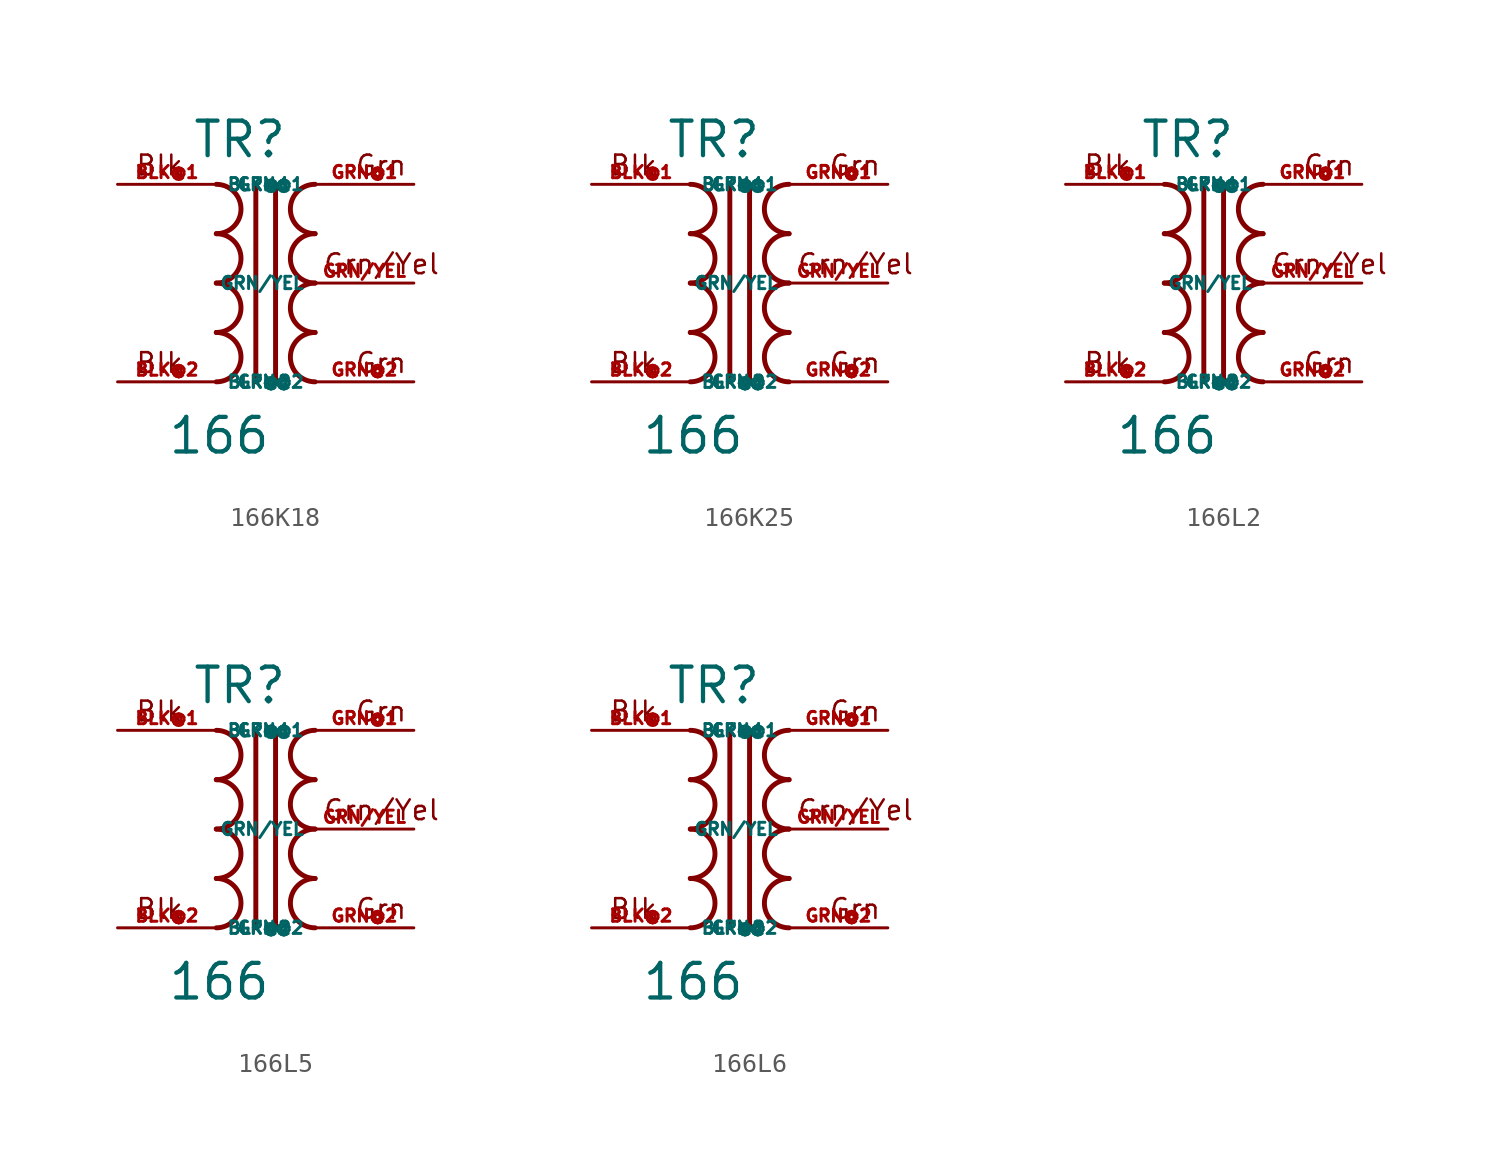
<source format=kicad_sym>
(kicad_symbol_lib
  (version 20220914)
  (generator Eagle2Kicad)
  (symbol "166K18"
    (property "Reference" "TR"
      (at -3.81 6.35 0)
      (effects (font (size 1.778 1.778) (thickness 0.22)) (justify left bottom)))
    (property "Value" "166"
      (at -5.08 -8.89 0)
      (effects (font (size 1.778 1.778) (thickness 0.22)) (justify left bottom)))
    (polyline
      (pts (xy -0.508 5.08) (xy -0.508 -5.08))
      (stroke (width 0.254) (type default))
      (fill (type none)))
    (arc
      (start -2.54 0)
      (mid -1.270 1.270)
      (end -2.54 2.54)
      (stroke (width 0.254) (type default))
      (fill (type none)))
    (arc
      (start -2.54 -2.54)
      (mid -1.270 -1.270)
      (end -2.54 0)
      (stroke (width 0.254) (type default))
      (fill (type none)))
    (arc
      (start -2.54 -5.08)
      (mid -1.270 -3.810)
      (end -2.54 -2.54)
      (stroke (width 0.254) (type default))
      (fill (type none)))
    (arc
      (start -2.54 2.54)
      (mid -1.270 3.810)
      (end -2.54 5.08)
      (stroke (width 0.254) (type default))
      (fill (type none)))
    (arc
      (start 2.54 2.54)
      (mid 1.270 1.270)
      (end 2.54 0)
      (stroke (width 0.254) (type default))
      (fill (type none)))
    (arc
      (start 2.54 5.08)
      (mid 1.270 3.810)
      (end 2.54 2.54)
      (stroke (width 0.254) (type default))
      (fill (type none)))
    (arc
      (start 2.54 0)
      (mid 1.270 -1.270)
      (end 2.54 -2.54)
      (stroke (width 0.254) (type default))
      (fill (type none)))
    (arc
      (start 2.54 -2.54)
      (mid 1.270 -3.810)
      (end 2.54 -5.08)
      (stroke (width 0.254) (type default))
      (fill (type none)))
    (polyline
      (pts (xy 0.508 5.08) (xy 0.508 -5.08))
      (stroke (width 0.254) (type default))
      (fill (type none)))
    (text "Blk"
      (at -6.731 5.461 0)
      (effects (font (size 1.016 1.016) (thickness 0.13)) (justify left bottom)))
    (text "Blk"
      (at -6.731 -4.699 0)
      (effects (font (size 1.016 1.016) (thickness 0.13)) (justify left bottom)))
    (text "Grn"
      (at 4.572 5.461 0)
      (effects (font (size 1.016 1.016) (thickness 0.13)) (justify left bottom)))
    (text "Grn"
      (at 4.572 -4.699 0)
      (effects (font (size 1.016 1.016) (thickness 0.13)) (justify left bottom)))
    (text "Grn/Yel"
      (at 2.921 0.381 0)
      (effects (font (size 1.016 1.016) (thickness 0.13)) (justify left bottom)))
    (pin passive line
      (at -7.62 5.08 0)
      (length 5.08)
      (name "BLK@1" (effects (font (size 0.635 0.635) (thickness 0.08)) (justify left bottom)))
      (number "BLK@1" (effects (font (size 0.635 0.635) (thickness 0.08)) (justify left bottom))))
    (pin passive line
      (at -7.62 -5.08 0)
      (length 5.08)
      (name "BLK@2" (effects (font (size 0.635 0.635) (thickness 0.08)) (justify left bottom)))
      (number "BLK@2" (effects (font (size 0.635 0.635) (thickness 0.08)) (justify left bottom))))
    (pin passive line
      (at 7.62 5.08 180)
      (length 5.08)
      (name "GRN@1" (effects (font (size 0.635 0.635) (thickness 0.08)) (justify left bottom)))
      (number "GRN@1" (effects (font (size 0.635 0.635) (thickness 0.08)) (justify left bottom))))
    (pin passive line
      (at 7.62 0 180)
      (length 5.08)
      (name "GRN/YEL" (effects (font (size 0.635 0.635) (thickness 0.08)) (justify left bottom)))
      (number "GRN/YEL" (effects (font (size 0.635 0.635) (thickness 0.08)) (justify left bottom))))
    (pin passive line
      (at 7.62 -5.08 180)
      (length 5.08)
      (name "GRN@2" (effects (font (size 0.635 0.635) (thickness 0.08)) (justify left bottom)))
      (number "GRN@2" (effects (font (size 0.635 0.635) (thickness 0.08)) (justify left bottom)))))
  (symbol "166K25"
    (property "Reference" "TR"
      (at -3.81 6.35 0)
      (effects (font (size 1.778 1.778) (thickness 0.22)) (justify left bottom)))
    (property "Value" "166"
      (at -5.08 -8.89 0)
      (effects (font (size 1.778 1.778) (thickness 0.22)) (justify left bottom)))
    (polyline
      (pts (xy -0.508 5.08) (xy -0.508 -5.08))
      (stroke (width 0.254) (type default))
      (fill (type none)))
    (arc
      (start -2.54 0)
      (mid -1.270 1.270)
      (end -2.54 2.54)
      (stroke (width 0.254) (type default))
      (fill (type none)))
    (arc
      (start -2.54 -2.54)
      (mid -1.270 -1.270)
      (end -2.54 0)
      (stroke (width 0.254) (type default))
      (fill (type none)))
    (arc
      (start -2.54 -5.08)
      (mid -1.270 -3.810)
      (end -2.54 -2.54)
      (stroke (width 0.254) (type default))
      (fill (type none)))
    (arc
      (start -2.54 2.54)
      (mid -1.270 3.810)
      (end -2.54 5.08)
      (stroke (width 0.254) (type default))
      (fill (type none)))
    (arc
      (start 2.54 2.54)
      (mid 1.270 1.270)
      (end 2.54 0)
      (stroke (width 0.254) (type default))
      (fill (type none)))
    (arc
      (start 2.54 5.08)
      (mid 1.270 3.810)
      (end 2.54 2.54)
      (stroke (width 0.254) (type default))
      (fill (type none)))
    (arc
      (start 2.54 0)
      (mid 1.270 -1.270)
      (end 2.54 -2.54)
      (stroke (width 0.254) (type default))
      (fill (type none)))
    (arc
      (start 2.54 -2.54)
      (mid 1.270 -3.810)
      (end 2.54 -5.08)
      (stroke (width 0.254) (type default))
      (fill (type none)))
    (polyline
      (pts (xy 0.508 5.08) (xy 0.508 -5.08))
      (stroke (width 0.254) (type default))
      (fill (type none)))
    (text "Blk"
      (at -6.731 5.461 0)
      (effects (font (size 1.016 1.016) (thickness 0.13)) (justify left bottom)))
    (text "Blk"
      (at -6.731 -4.699 0)
      (effects (font (size 1.016 1.016) (thickness 0.13)) (justify left bottom)))
    (text "Grn"
      (at 4.572 5.461 0)
      (effects (font (size 1.016 1.016) (thickness 0.13)) (justify left bottom)))
    (text "Grn"
      (at 4.572 -4.699 0)
      (effects (font (size 1.016 1.016) (thickness 0.13)) (justify left bottom)))
    (text "Grn/Yel"
      (at 2.921 0.381 0)
      (effects (font (size 1.016 1.016) (thickness 0.13)) (justify left bottom)))
    (pin passive line
      (at -7.62 5.08 0)
      (length 5.08)
      (name "BLK@1" (effects (font (size 0.635 0.635) (thickness 0.08)) (justify left bottom)))
      (number "BLK@1" (effects (font (size 0.635 0.635) (thickness 0.08)) (justify left bottom))))
    (pin passive line
      (at -7.62 -5.08 0)
      (length 5.08)
      (name "BLK@2" (effects (font (size 0.635 0.635) (thickness 0.08)) (justify left bottom)))
      (number "BLK@2" (effects (font (size 0.635 0.635) (thickness 0.08)) (justify left bottom))))
    (pin passive line
      (at 7.62 5.08 180)
      (length 5.08)
      (name "GRN@1" (effects (font (size 0.635 0.635) (thickness 0.08)) (justify left bottom)))
      (number "GRN@1" (effects (font (size 0.635 0.635) (thickness 0.08)) (justify left bottom))))
    (pin passive line
      (at 7.62 0 180)
      (length 5.08)
      (name "GRN/YEL" (effects (font (size 0.635 0.635) (thickness 0.08)) (justify left bottom)))
      (number "GRN/YEL" (effects (font (size 0.635 0.635) (thickness 0.08)) (justify left bottom))))
    (pin passive line
      (at 7.62 -5.08 180)
      (length 5.08)
      (name "GRN@2" (effects (font (size 0.635 0.635) (thickness 0.08)) (justify left bottom)))
      (number "GRN@2" (effects (font (size 0.635 0.635) (thickness 0.08)) (justify left bottom)))))
  (symbol "166L2"
    (property "Reference" "TR"
      (at -3.81 6.35 0)
      (effects (font (size 1.778 1.778) (thickness 0.22)) (justify left bottom)))
    (property "Value" "166"
      (at -5.08 -8.89 0)
      (effects (font (size 1.778 1.778) (thickness 0.22)) (justify left bottom)))
    (polyline
      (pts (xy -0.508 5.08) (xy -0.508 -5.08))
      (stroke (width 0.254) (type default))
      (fill (type none)))
    (arc
      (start -2.54 0)
      (mid -1.270 1.270)
      (end -2.54 2.54)
      (stroke (width 0.254) (type default))
      (fill (type none)))
    (arc
      (start -2.54 -2.54)
      (mid -1.270 -1.270)
      (end -2.54 0)
      (stroke (width 0.254) (type default))
      (fill (type none)))
    (arc
      (start -2.54 -5.08)
      (mid -1.270 -3.810)
      (end -2.54 -2.54)
      (stroke (width 0.254) (type default))
      (fill (type none)))
    (arc
      (start -2.54 2.54)
      (mid -1.270 3.810)
      (end -2.54 5.08)
      (stroke (width 0.254) (type default))
      (fill (type none)))
    (arc
      (start 2.54 2.54)
      (mid 1.270 1.270)
      (end 2.54 0)
      (stroke (width 0.254) (type default))
      (fill (type none)))
    (arc
      (start 2.54 5.08)
      (mid 1.270 3.810)
      (end 2.54 2.54)
      (stroke (width 0.254) (type default))
      (fill (type none)))
    (arc
      (start 2.54 0)
      (mid 1.270 -1.270)
      (end 2.54 -2.54)
      (stroke (width 0.254) (type default))
      (fill (type none)))
    (arc
      (start 2.54 -2.54)
      (mid 1.270 -3.810)
      (end 2.54 -5.08)
      (stroke (width 0.254) (type default))
      (fill (type none)))
    (polyline
      (pts (xy 0.508 5.08) (xy 0.508 -5.08))
      (stroke (width 0.254) (type default))
      (fill (type none)))
    (text "Blk"
      (at -6.731 5.461 0)
      (effects (font (size 1.016 1.016) (thickness 0.13)) (justify left bottom)))
    (text "Blk"
      (at -6.731 -4.699 0)
      (effects (font (size 1.016 1.016) (thickness 0.13)) (justify left bottom)))
    (text "Grn"
      (at 4.572 5.461 0)
      (effects (font (size 1.016 1.016) (thickness 0.13)) (justify left bottom)))
    (text "Grn"
      (at 4.572 -4.699 0)
      (effects (font (size 1.016 1.016) (thickness 0.13)) (justify left bottom)))
    (text "Grn/Yel"
      (at 2.921 0.381 0)
      (effects (font (size 1.016 1.016) (thickness 0.13)) (justify left bottom)))
    (pin passive line
      (at -7.62 5.08 0)
      (length 5.08)
      (name "BLK@1" (effects (font (size 0.635 0.635) (thickness 0.08)) (justify left bottom)))
      (number "BLK@1" (effects (font (size 0.635 0.635) (thickness 0.08)) (justify left bottom))))
    (pin passive line
      (at -7.62 -5.08 0)
      (length 5.08)
      (name "BLK@2" (effects (font (size 0.635 0.635) (thickness 0.08)) (justify left bottom)))
      (number "BLK@2" (effects (font (size 0.635 0.635) (thickness 0.08)) (justify left bottom))))
    (pin passive line
      (at 7.62 5.08 180)
      (length 5.08)
      (name "GRN@1" (effects (font (size 0.635 0.635) (thickness 0.08)) (justify left bottom)))
      (number "GRN@1" (effects (font (size 0.635 0.635) (thickness 0.08)) (justify left bottom))))
    (pin passive line
      (at 7.62 0 180)
      (length 5.08)
      (name "GRN/YEL" (effects (font (size 0.635 0.635) (thickness 0.08)) (justify left bottom)))
      (number "GRN/YEL" (effects (font (size 0.635 0.635) (thickness 0.08)) (justify left bottom))))
    (pin passive line
      (at 7.62 -5.08 180)
      (length 5.08)
      (name "GRN@2" (effects (font (size 0.635 0.635) (thickness 0.08)) (justify left bottom)))
      (number "GRN@2" (effects (font (size 0.635 0.635) (thickness 0.08)) (justify left bottom)))))
  (symbol "166L5"
    (property "Reference" "TR"
      (at -3.81 6.35 0)
      (effects (font (size 1.778 1.778) (thickness 0.22)) (justify left bottom)))
    (property "Value" "166"
      (at -5.08 -8.89 0)
      (effects (font (size 1.778 1.778) (thickness 0.22)) (justify left bottom)))
    (polyline
      (pts (xy -0.508 5.08) (xy -0.508 -5.08))
      (stroke (width 0.254) (type default))
      (fill (type none)))
    (arc
      (start -2.54 0)
      (mid -1.270 1.270)
      (end -2.54 2.54)
      (stroke (width 0.254) (type default))
      (fill (type none)))
    (arc
      (start -2.54 -2.54)
      (mid -1.270 -1.270)
      (end -2.54 0)
      (stroke (width 0.254) (type default))
      (fill (type none)))
    (arc
      (start -2.54 -5.08)
      (mid -1.270 -3.810)
      (end -2.54 -2.54)
      (stroke (width 0.254) (type default))
      (fill (type none)))
    (arc
      (start -2.54 2.54)
      (mid -1.270 3.810)
      (end -2.54 5.08)
      (stroke (width 0.254) (type default))
      (fill (type none)))
    (arc
      (start 2.54 2.54)
      (mid 1.270 1.270)
      (end 2.54 0)
      (stroke (width 0.254) (type default))
      (fill (type none)))
    (arc
      (start 2.54 5.08)
      (mid 1.270 3.810)
      (end 2.54 2.54)
      (stroke (width 0.254) (type default))
      (fill (type none)))
    (arc
      (start 2.54 0)
      (mid 1.270 -1.270)
      (end 2.54 -2.54)
      (stroke (width 0.254) (type default))
      (fill (type none)))
    (arc
      (start 2.54 -2.54)
      (mid 1.270 -3.810)
      (end 2.54 -5.08)
      (stroke (width 0.254) (type default))
      (fill (type none)))
    (polyline
      (pts (xy 0.508 5.08) (xy 0.508 -5.08))
      (stroke (width 0.254) (type default))
      (fill (type none)))
    (text "Blk"
      (at -6.731 5.461 0)
      (effects (font (size 1.016 1.016) (thickness 0.13)) (justify left bottom)))
    (text "Blk"
      (at -6.731 -4.699 0)
      (effects (font (size 1.016 1.016) (thickness 0.13)) (justify left bottom)))
    (text "Grn"
      (at 4.572 5.461 0)
      (effects (font (size 1.016 1.016) (thickness 0.13)) (justify left bottom)))
    (text "Grn"
      (at 4.572 -4.699 0)
      (effects (font (size 1.016 1.016) (thickness 0.13)) (justify left bottom)))
    (text "Grn/Yel"
      (at 2.921 0.381 0)
      (effects (font (size 1.016 1.016) (thickness 0.13)) (justify left bottom)))
    (pin passive line
      (at -7.62 5.08 0)
      (length 5.08)
      (name "BLK@1" (effects (font (size 0.635 0.635) (thickness 0.08)) (justify left bottom)))
      (number "BLK@1" (effects (font (size 0.635 0.635) (thickness 0.08)) (justify left bottom))))
    (pin passive line
      (at -7.62 -5.08 0)
      (length 5.08)
      (name "BLK@2" (effects (font (size 0.635 0.635) (thickness 0.08)) (justify left bottom)))
      (number "BLK@2" (effects (font (size 0.635 0.635) (thickness 0.08)) (justify left bottom))))
    (pin passive line
      (at 7.62 5.08 180)
      (length 5.08)
      (name "GRN@1" (effects (font (size 0.635 0.635) (thickness 0.08)) (justify left bottom)))
      (number "GRN@1" (effects (font (size 0.635 0.635) (thickness 0.08)) (justify left bottom))))
    (pin passive line
      (at 7.62 0 180)
      (length 5.08)
      (name "GRN/YEL" (effects (font (size 0.635 0.635) (thickness 0.08)) (justify left bottom)))
      (number "GRN/YEL" (effects (font (size 0.635 0.635) (thickness 0.08)) (justify left bottom))))
    (pin passive line
      (at 7.62 -5.08 180)
      (length 5.08)
      (name "GRN@2" (effects (font (size 0.635 0.635) (thickness 0.08)) (justify left bottom)))
      (number "GRN@2" (effects (font (size 0.635 0.635) (thickness 0.08)) (justify left bottom)))))
  (symbol "166L6"
    (property "Reference" "TR"
      (at -3.81 6.35 0)
      (effects (font (size 1.778 1.778) (thickness 0.22)) (justify left bottom)))
    (property "Value" "166"
      (at -5.08 -8.89 0)
      (effects (font (size 1.778 1.778) (thickness 0.22)) (justify left bottom)))
    (polyline
      (pts (xy -0.508 5.08) (xy -0.508 -5.08))
      (stroke (width 0.254) (type default))
      (fill (type none)))
    (arc
      (start -2.54 0)
      (mid -1.270 1.270)
      (end -2.54 2.54)
      (stroke (width 0.254) (type default))
      (fill (type none)))
    (arc
      (start -2.54 -2.54)
      (mid -1.270 -1.270)
      (end -2.54 0)
      (stroke (width 0.254) (type default))
      (fill (type none)))
    (arc
      (start -2.54 -5.08)
      (mid -1.270 -3.810)
      (end -2.54 -2.54)
      (stroke (width 0.254) (type default))
      (fill (type none)))
    (arc
      (start -2.54 2.54)
      (mid -1.270 3.810)
      (end -2.54 5.08)
      (stroke (width 0.254) (type default))
      (fill (type none)))
    (arc
      (start 2.54 2.54)
      (mid 1.270 1.270)
      (end 2.54 0)
      (stroke (width 0.254) (type default))
      (fill (type none)))
    (arc
      (start 2.54 5.08)
      (mid 1.270 3.810)
      (end 2.54 2.54)
      (stroke (width 0.254) (type default))
      (fill (type none)))
    (arc
      (start 2.54 0)
      (mid 1.270 -1.270)
      (end 2.54 -2.54)
      (stroke (width 0.254) (type default))
      (fill (type none)))
    (arc
      (start 2.54 -2.54)
      (mid 1.270 -3.810)
      (end 2.54 -5.08)
      (stroke (width 0.254) (type default))
      (fill (type none)))
    (polyline
      (pts (xy 0.508 5.08) (xy 0.508 -5.08))
      (stroke (width 0.254) (type default))
      (fill (type none)))
    (text "Blk"
      (at -6.731 5.461 0)
      (effects (font (size 1.016 1.016) (thickness 0.13)) (justify left bottom)))
    (text "Blk"
      (at -6.731 -4.699 0)
      (effects (font (size 1.016 1.016) (thickness 0.13)) (justify left bottom)))
    (text "Grn"
      (at 4.572 5.461 0)
      (effects (font (size 1.016 1.016) (thickness 0.13)) (justify left bottom)))
    (text "Grn"
      (at 4.572 -4.699 0)
      (effects (font (size 1.016 1.016) (thickness 0.13)) (justify left bottom)))
    (text "Grn/Yel"
      (at 2.921 0.381 0)
      (effects (font (size 1.016 1.016) (thickness 0.13)) (justify left bottom)))
    (pin passive line
      (at -7.62 5.08 0)
      (length 5.08)
      (name "BLK@1" (effects (font (size 0.635 0.635) (thickness 0.08)) (justify left bottom)))
      (number "BLK@1" (effects (font (size 0.635 0.635) (thickness 0.08)) (justify left bottom))))
    (pin passive line
      (at -7.62 -5.08 0)
      (length 5.08)
      (name "BLK@2" (effects (font (size 0.635 0.635) (thickness 0.08)) (justify left bottom)))
      (number "BLK@2" (effects (font (size 0.635 0.635) (thickness 0.08)) (justify left bottom))))
    (pin passive line
      (at 7.62 5.08 180)
      (length 5.08)
      (name "GRN@1" (effects (font (size 0.635 0.635) (thickness 0.08)) (justify left bottom)))
      (number "GRN@1" (effects (font (size 0.635 0.635) (thickness 0.08)) (justify left bottom))))
    (pin passive line
      (at 7.62 0 180)
      (length 5.08)
      (name "GRN/YEL" (effects (font (size 0.635 0.635) (thickness 0.08)) (justify left bottom)))
      (number "GRN/YEL" (effects (font (size 0.635 0.635) (thickness 0.08)) (justify left bottom))))
    (pin passive line
      (at 7.62 -5.08 180)
      (length 5.08)
      (name "GRN@2" (effects (font (size 0.635 0.635) (thickness 0.08)) (justify left bottom)))
      (number "GRN@2" (effects (font (size 0.635 0.635) (thickness 0.08)) (justify left bottom))))))
</source>
